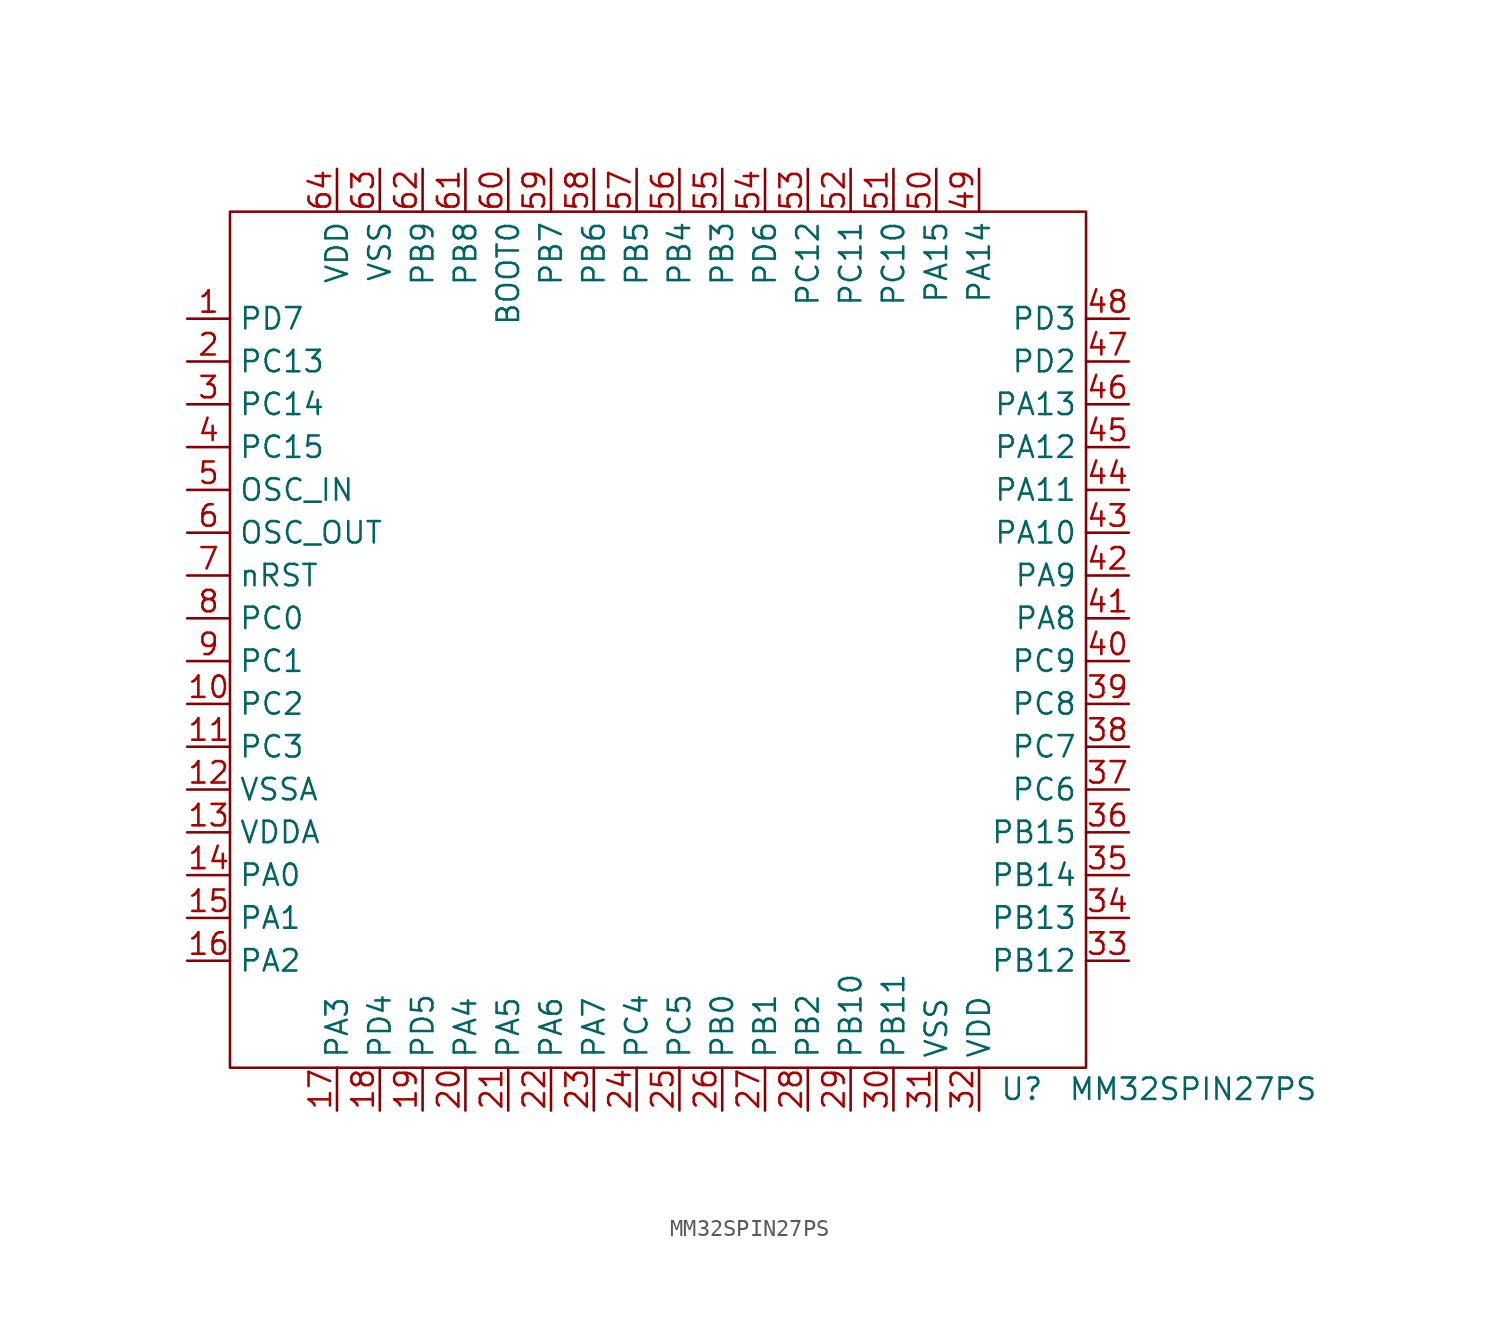
<source format=kicad_sym>
(kicad_symbol_lib
  (version 20211014)
  (generator kicad_symbol_editor)
  (symbol "MM32SPIN27PS"
    (property "Reference" "U"
      (at 46.99 -1.27 0)
      (effects (font (size 1.27 1.27))))
    (property "Value" "MM32SPIN27PS"
      (at 57.15 -1.27 0)
      (effects (font (size 1.27 1.27))))
    (symbol "MM32SPIN27PS_0_1"
      (rectangle (start 0 50.8) (end 50.8 0) (stroke (width 0) (type default) (color 0 0 0 0)) (fill (type none))))
    (symbol "MM32SPIN27PS_1_1"
      (pin bidirectional line (at -2.54 44.45 0) (length 2.54) (name "PD7" (effects (font (size 1.27 1.27)))) (number "1" (effects (font (size 1.27 1.27)))))
      (pin bidirectional line (at -2.54 21.59 0) (length 2.54) (name "PC2" (effects (font (size 1.27 1.27)))) (number "10" (effects (font (size 1.27 1.27)))))
      (pin bidirectional line (at -2.54 19.05 0) (length 2.54) (name "PC3" (effects (font (size 1.27 1.27)))) (number "11" (effects (font (size 1.27 1.27)))))
      (pin power_in line (at -2.54 16.51 0) (length 2.54) (name "VSSA" (effects (font (size 1.27 1.27)))) (number "12" (effects (font (size 1.27 1.27)))))
      (pin power_in line (at -2.54 13.97 0) (length 2.54) (name "VDDA" (effects (font (size 1.27 1.27)))) (number "13" (effects (font (size 1.27 1.27)))))
      (pin bidirectional line (at -2.54 11.43 0) (length 2.54) (name "PA0" (effects (font (size 1.27 1.27)))) (number "14" (effects (font (size 1.27 1.27)))))
      (pin bidirectional line (at -2.54 8.89 0) (length 2.54) (name "PA1" (effects (font (size 1.27 1.27)))) (number "15" (effects (font (size 1.27 1.27)))))
      (pin bidirectional line (at -2.54 6.35 0) (length 2.54) (name "PA2" (effects (font (size 1.27 1.27)))) (number "16" (effects (font (size 1.27 1.27)))))
      (pin bidirectional line (at 6.35 -2.54 90) (length 2.54) (name "PA3" (effects (font (size 1.27 1.27)))) (number "17" (effects (font (size 1.27 1.27)))))
      (pin bidirectional line (at 8.89 -2.54 90) (length 2.54) (name "PD4" (effects (font (size 1.27 1.27)))) (number "18" (effects (font (size 1.27 1.27)))))
      (pin bidirectional line (at 11.43 -2.54 90) (length 2.54) (name "PD5" (effects (font (size 1.27 1.27)))) (number "19" (effects (font (size 1.27 1.27)))))
      (pin bidirectional line (at -2.54 41.91 0) (length 2.54) (name "PC13" (effects (font (size 1.27 1.27)))) (number "2" (effects (font (size 1.27 1.27)))))
      (pin bidirectional line (at 13.97 -2.54 90) (length 2.54) (name "PA4" (effects (font (size 1.27 1.27)))) (number "20" (effects (font (size 1.27 1.27)))))
      (pin bidirectional line (at 16.51 -2.54 90) (length 2.54) (name "PA5" (effects (font (size 1.27 1.27)))) (number "21" (effects (font (size 1.27 1.27)))))
      (pin bidirectional line (at 19.05 -2.54 90) (length 2.54) (name "PA6" (effects (font (size 1.27 1.27)))) (number "22" (effects (font (size 1.27 1.27)))))
      (pin bidirectional line (at 21.59 -2.54 90) (length 2.54) (name "PA7" (effects (font (size 1.27 1.27)))) (number "23" (effects (font (size 1.27 1.27)))))
      (pin bidirectional line (at 24.13 -2.54 90) (length 2.54) (name "PC4" (effects (font (size 1.27 1.27)))) (number "24" (effects (font (size 1.27 1.27)))))
      (pin bidirectional line (at 26.67 -2.54 90) (length 2.54) (name "PC5" (effects (font (size 1.27 1.27)))) (number "25" (effects (font (size 1.27 1.27)))))
      (pin bidirectional line (at 29.21 -2.54 90) (length 2.54) (name "PB0" (effects (font (size 1.27 1.27)))) (number "26" (effects (font (size 1.27 1.27)))))
      (pin bidirectional line (at 31.75 -2.54 90) (length 2.54) (name "PB1" (effects (font (size 1.27 1.27)))) (number "27" (effects (font (size 1.27 1.27)))))
      (pin bidirectional line (at 34.29 -2.54 90) (length 2.54) (name "PB2" (effects (font (size 1.27 1.27)))) (number "28" (effects (font (size 1.27 1.27)))))
      (pin bidirectional line (at 36.83 -2.54 90) (length 2.54) (name "PB10" (effects (font (size 1.27 1.27)))) (number "29" (effects (font (size 1.27 1.27)))))
      (pin bidirectional line (at -2.54 39.37 0) (length 2.54) (name "PC14" (effects (font (size 1.27 1.27)))) (number "3" (effects (font (size 1.27 1.27)))))
      (pin bidirectional line (at 39.37 -2.54 90) (length 2.54) (name "PB11" (effects (font (size 1.27 1.27)))) (number "30" (effects (font (size 1.27 1.27)))))
      (pin power_in line (at 41.91 -2.54 90) (length 2.54) (name "VSS" (effects (font (size 1.27 1.27)))) (number "31" (effects (font (size 1.27 1.27)))))
      (pin power_in line (at 44.45 -2.54 90) (length 2.54) (name "VDD" (effects (font (size 1.27 1.27)))) (number "32" (effects (font (size 1.27 1.27)))))
      (pin bidirectional line (at 53.34 6.35 180) (length 2.54) (name "PB12" (effects (font (size 1.27 1.27)))) (number "33" (effects (font (size 1.27 1.27)))))
      (pin bidirectional line (at 53.34 8.89 180) (length 2.54) (name "PB13" (effects (font (size 1.27 1.27)))) (number "34" (effects (font (size 1.27 1.27)))))
      (pin bidirectional line (at 53.34 11.43 180) (length 2.54) (name "PB14" (effects (font (size 1.27 1.27)))) (number "35" (effects (font (size 1.27 1.27)))))
      (pin bidirectional line (at 53.34 13.97 180) (length 2.54) (name "PB15" (effects (font (size 1.27 1.27)))) (number "36" (effects (font (size 1.27 1.27)))))
      (pin bidirectional line (at 53.34 16.51 180) (length 2.54) (name "PC6" (effects (font (size 1.27 1.27)))) (number "37" (effects (font (size 1.27 1.27)))))
      (pin bidirectional line (at 53.34 19.05 180) (length 2.54) (name "PC7" (effects (font (size 1.27 1.27)))) (number "38" (effects (font (size 1.27 1.27)))))
      (pin bidirectional line (at 53.34 21.59 180) (length 2.54) (name "PC8" (effects (font (size 1.27 1.27)))) (number "39" (effects (font (size 1.27 1.27)))))
      (pin bidirectional line (at -2.54 36.83 0) (length 2.54) (name "PC15" (effects (font (size 1.27 1.27)))) (number "4" (effects (font (size 1.27 1.27)))))
      (pin bidirectional line (at 53.34 24.13 180) (length 2.54) (name "PC9" (effects (font (size 1.27 1.27)))) (number "40" (effects (font (size 1.27 1.27)))))
      (pin bidirectional line (at 53.34 26.67 180) (length 2.54) (name "PA8" (effects (font (size 1.27 1.27)))) (number "41" (effects (font (size 1.27 1.27)))))
      (pin bidirectional line (at 53.34 29.21 180) (length 2.54) (name "PA9" (effects (font (size 1.27 1.27)))) (number "42" (effects (font (size 1.27 1.27)))))
      (pin bidirectional line (at 53.34 31.75 180) (length 2.54) (name "PA10" (effects (font (size 1.27 1.27)))) (number "43" (effects (font (size 1.27 1.27)))))
      (pin bidirectional line (at 53.34 34.29 180) (length 2.54) (name "PA11" (effects (font (size 1.27 1.27)))) (number "44" (effects (font (size 1.27 1.27)))))
      (pin bidirectional line (at 53.34 36.83 180) (length 2.54) (name "PA12" (effects (font (size 1.27 1.27)))) (number "45" (effects (font (size 1.27 1.27)))))
      (pin bidirectional line (at 53.34 39.37 180) (length 2.54) (name "PA13" (effects (font (size 1.27 1.27)))) (number "46" (effects (font (size 1.27 1.27)))))
      (pin bidirectional line (at 53.34 41.91 180) (length 2.54) (name "PD2" (effects (font (size 1.27 1.27)))) (number "47" (effects (font (size 1.27 1.27)))))
      (pin bidirectional line (at 53.34 44.45 180) (length 2.54) (name "PD3" (effects (font (size 1.27 1.27)))) (number "48" (effects (font (size 1.27 1.27)))))
      (pin bidirectional line (at 44.45 53.34 270) (length 2.54) (name "PA14" (effects (font (size 1.27 1.27)))) (number "49" (effects (font (size 1.27 1.27)))))
      (pin passive line (at -2.54 34.29 0) (length 2.54) (name "OSC_IN" (effects (font (size 1.27 1.27)))) (number "5" (effects (font (size 1.27 1.27)))))
      (pin bidirectional line (at 41.91 53.34 270) (length 2.54) (name "PA15" (effects (font (size 1.27 1.27)))) (number "50" (effects (font (size 1.27 1.27)))))
      (pin bidirectional line (at 39.37 53.34 270) (length 2.54) (name "PC10" (effects (font (size 1.27 1.27)))) (number "51" (effects (font (size 1.27 1.27)))))
      (pin bidirectional line (at 36.83 53.34 270) (length 2.54) (name "PC11" (effects (font (size 1.27 1.27)))) (number "52" (effects (font (size 1.27 1.27)))))
      (pin bidirectional line (at 34.29 53.34 270) (length 2.54) (name "PC12" (effects (font (size 1.27 1.27)))) (number "53" (effects (font (size 1.27 1.27)))))
      (pin bidirectional line (at 31.75 53.34 270) (length 2.54) (name "PD6" (effects (font (size 1.27 1.27)))) (number "54" (effects (font (size 1.27 1.27)))))
      (pin bidirectional line (at 29.21 53.34 270) (length 2.54) (name "PB3" (effects (font (size 1.27 1.27)))) (number "55" (effects (font (size 1.27 1.27)))))
      (pin bidirectional line (at 26.67 53.34 270) (length 2.54) (name "PB4" (effects (font (size 1.27 1.27)))) (number "56" (effects (font (size 1.27 1.27)))))
      (pin bidirectional line (at 24.13 53.34 270) (length 2.54) (name "PB5" (effects (font (size 1.27 1.27)))) (number "57" (effects (font (size 1.27 1.27)))))
      (pin bidirectional line (at 21.59 53.34 270) (length 2.54) (name "PB6" (effects (font (size 1.27 1.27)))) (number "58" (effects (font (size 1.27 1.27)))))
      (pin bidirectional line (at 19.05 53.34 270) (length 2.54) (name "PB7" (effects (font (size 1.27 1.27)))) (number "59" (effects (font (size 1.27 1.27)))))
      (pin passive line (at -2.54 31.75 0) (length 2.54) (name "OSC_OUT" (effects (font (size 1.27 1.27)))) (number "6" (effects (font (size 1.27 1.27)))))
      (pin input line (at 16.51 53.34 270) (length 2.54) (name "BOOT0" (effects (font (size 1.27 1.27)))) (number "60" (effects (font (size 1.27 1.27)))))
      (pin bidirectional line (at 13.97 53.34 270) (length 2.54) (name "PB8" (effects (font (size 1.27 1.27)))) (number "61" (effects (font (size 1.27 1.27)))))
      (pin bidirectional line (at 11.43 53.34 270) (length 2.54) (name "PB9" (effects (font (size 1.27 1.27)))) (number "62" (effects (font (size 1.27 1.27)))))
      (pin power_in line (at 8.89 53.34 270) (length 2.54) (name "VSS" (effects (font (size 1.27 1.27)))) (number "63" (effects (font (size 1.27 1.27)))))
      (pin power_in line (at 6.35 53.34 270) (length 2.54) (name "VDD" (effects (font (size 1.27 1.27)))) (number "64" (effects (font (size 1.27 1.27)))))
      (pin output line (at -2.54 29.21 0) (length 2.54) (name "nRST" (effects (font (size 1.27 1.27)))) (number "7" (effects (font (size 1.27 1.27)))))
      (pin bidirectional line (at -2.54 26.67 0) (length 2.54) (name "PC0" (effects (font (size 1.27 1.27)))) (number "8" (effects (font (size 1.27 1.27)))))
      (pin bidirectional line (at -2.54 24.13 0) (length 2.54) (name "PC1" (effects (font (size 1.27 1.27)))) (number "9" (effects (font (size 1.27 1.27))))))))
</source>
